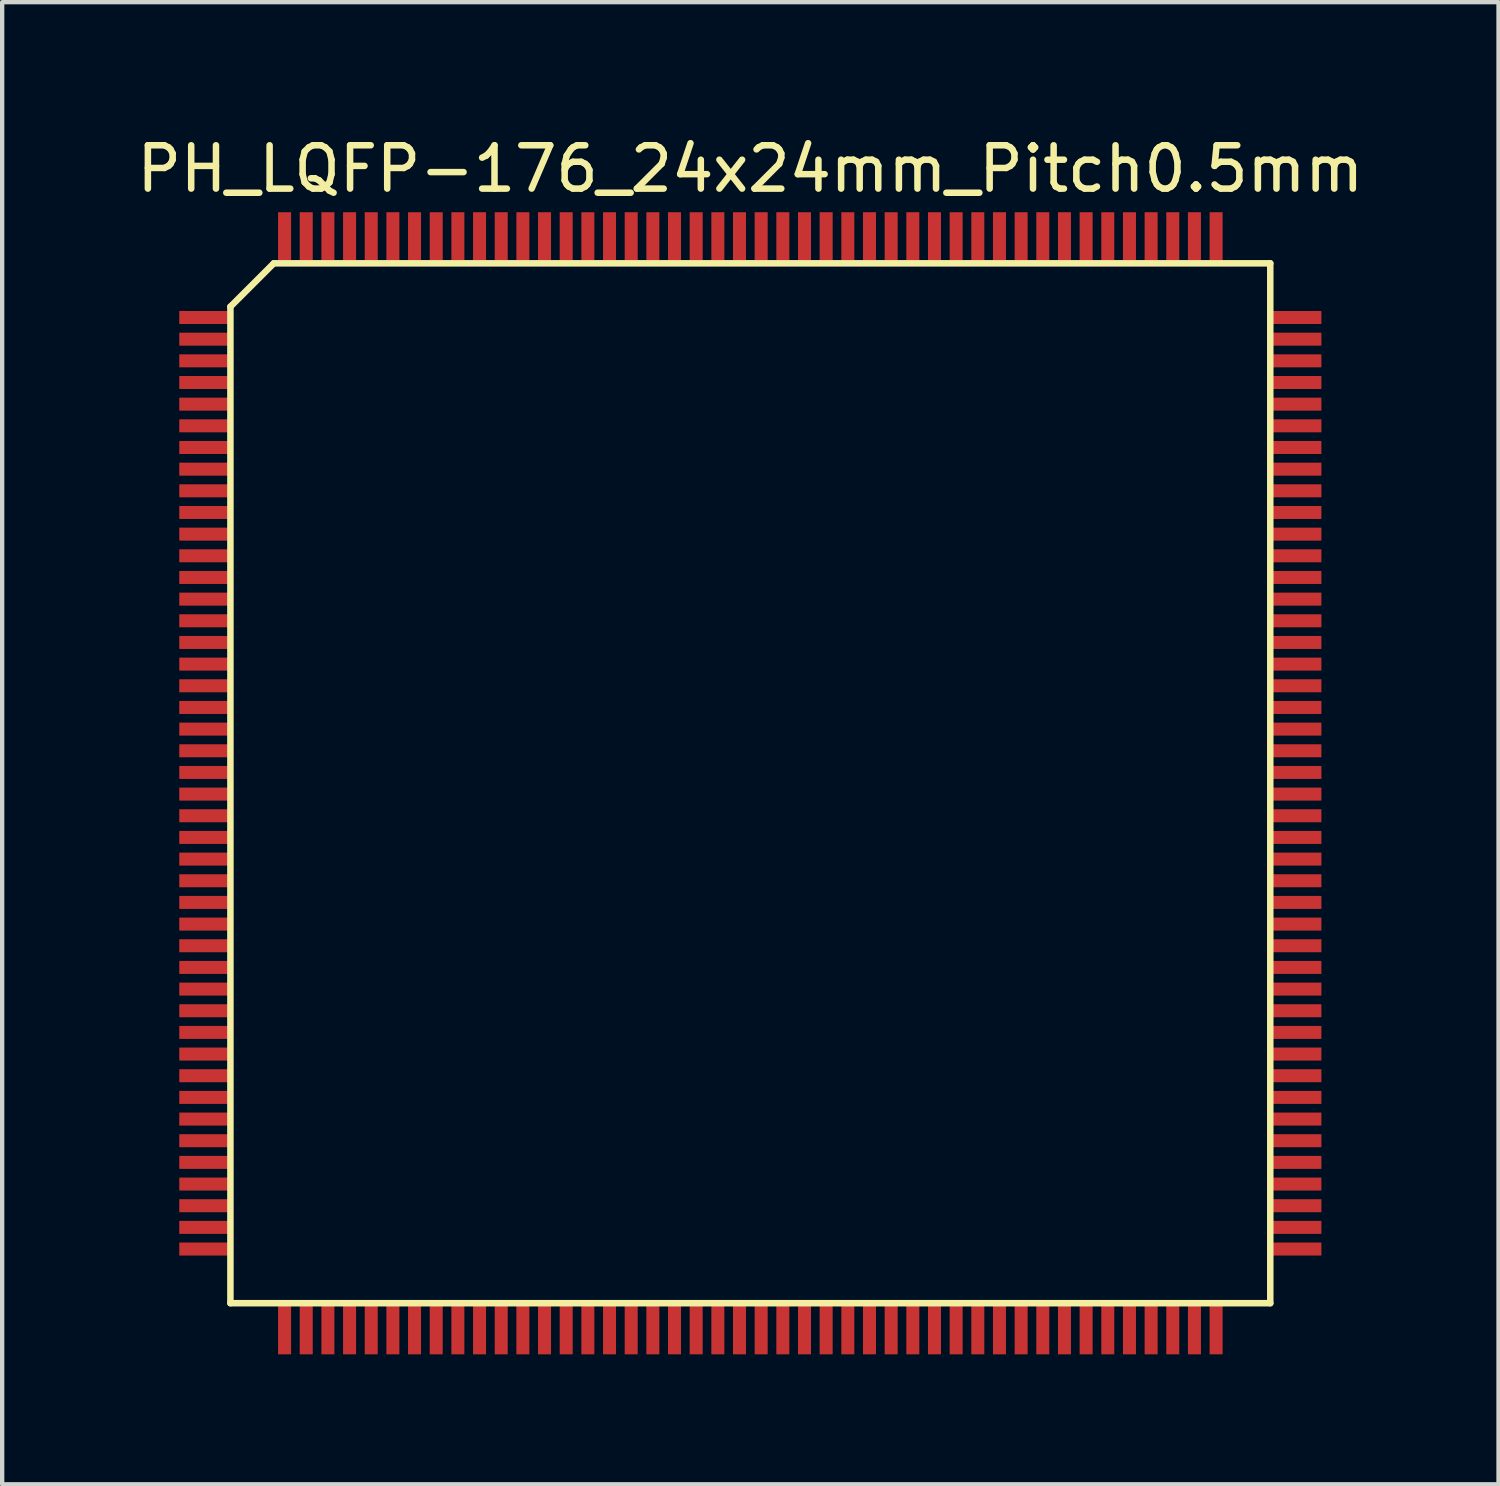
<source format=kicad_pcb>
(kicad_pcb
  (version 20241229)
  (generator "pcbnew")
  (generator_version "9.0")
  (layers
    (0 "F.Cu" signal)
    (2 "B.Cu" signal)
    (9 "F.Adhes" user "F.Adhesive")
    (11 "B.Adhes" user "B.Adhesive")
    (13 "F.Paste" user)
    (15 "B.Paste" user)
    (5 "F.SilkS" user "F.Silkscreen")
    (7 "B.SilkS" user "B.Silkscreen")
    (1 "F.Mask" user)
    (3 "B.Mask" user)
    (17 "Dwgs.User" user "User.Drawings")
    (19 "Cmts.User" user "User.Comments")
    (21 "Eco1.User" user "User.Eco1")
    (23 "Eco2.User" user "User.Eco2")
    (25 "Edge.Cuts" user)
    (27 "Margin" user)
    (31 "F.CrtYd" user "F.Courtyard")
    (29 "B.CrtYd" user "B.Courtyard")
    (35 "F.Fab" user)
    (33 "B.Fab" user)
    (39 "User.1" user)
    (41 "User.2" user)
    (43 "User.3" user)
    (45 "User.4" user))
  (footprint "PH_LQFP-176_24x24mm_Pitch0.5mm"
    (layer "F.Cu")
    (at 14.268 15.028)
    (property "Reference" "PH_LQFP-176_24x24mm_Pitch0.5mm" (at 0 -14.18 0) (layer "F.SilkS") (effects (font (size 1 1) (thickness 0.15))))
    (attr smd)
    (fp_line (start -12 -11) (end -11 -12) (stroke (width 0.15) (type solid)) (layer "F.SilkS"))
    (fp_line (start -12 12) (end -12 -11) (stroke (width 0.15) (type solid)) (layer "F.SilkS"))
    (fp_line (start -11 -12) (end 12 -12) (stroke (width 0.15) (type solid)) (layer "F.SilkS"))
    (fp_line (start 12 -12) (end 12 12) (stroke (width 0.15) (type solid)) (layer "F.SilkS"))
    (fp_line (start 12 12) (end -12 12) (stroke (width 0.15) (type solid)) (layer "F.SilkS"))
    (pad "1" smd rect (at -12.62 -10.75) (size 1.12 0.3) (layers "F.Cu" "F.Mask" "F.Paste"))
    (pad "2" smd rect (at -12.62 -10.25) (size 1.12 0.3) (layers "F.Cu" "F.Mask" "F.Paste"))
    (pad "3" smd rect (at -12.62 -9.75) (size 1.12 0.3) (layers "F.Cu" "F.Mask" "F.Paste"))
    (pad "4" smd rect (at -12.62 -9.25) (size 1.12 0.3) (layers "F.Cu" "F.Mask" "F.Paste"))
    (pad "5" smd rect (at -12.62 -8.75) (size 1.12 0.3) (layers "F.Cu" "F.Mask" "F.Paste"))
    (pad "6" smd rect (at -12.62 -8.25) (size 1.12 0.3) (layers "F.Cu" "F.Mask" "F.Paste"))
    (pad "7" smd rect (at -12.62 -7.75) (size 1.12 0.3) (layers "F.Cu" "F.Mask" "F.Paste"))
    (pad "8" smd rect (at -12.62 -7.25) (size 1.12 0.3) (layers "F.Cu" "F.Mask" "F.Paste"))
    (pad "9" smd rect (at -12.62 -6.75) (size 1.12 0.3) (layers "F.Cu" "F.Mask" "F.Paste"))
    (pad "10" smd rect (at -12.62 -6.25) (size 1.12 0.3) (layers "F.Cu" "F.Mask" "F.Paste"))
    (pad "11" smd rect (at -12.62 -5.75) (size 1.12 0.3) (layers "F.Cu" "F.Mask" "F.Paste"))
    (pad "12" smd rect (at -12.62 -5.25) (size 1.12 0.3) (layers "F.Cu" "F.Mask" "F.Paste"))
    (pad "13" smd rect (at -12.62 -4.75) (size 1.12 0.3) (layers "F.Cu" "F.Mask" "F.Paste"))
    (pad "14" smd rect (at -12.62 -4.25) (size 1.12 0.3) (layers "F.Cu" "F.Mask" "F.Paste"))
    (pad "15" smd rect (at -12.62 -3.75) (size 1.12 0.3) (layers "F.Cu" "F.Mask" "F.Paste"))
    (pad "16" smd rect (at -12.62 -3.25) (size 1.12 0.3) (layers "F.Cu" "F.Mask" "F.Paste"))
    (pad "17" smd rect (at -12.62 -2.75) (size 1.12 0.3) (layers "F.Cu" "F.Mask" "F.Paste"))
    (pad "18" smd rect (at -12.62 -2.25) (size 1.12 0.3) (layers "F.Cu" "F.Mask" "F.Paste"))
    (pad "19" smd rect (at -12.62 -1.75) (size 1.12 0.3) (layers "F.Cu" "F.Mask" "F.Paste"))
    (pad "20" smd rect (at -12.62 -1.25) (size 1.12 0.3) (layers "F.Cu" "F.Mask" "F.Paste"))
    (pad "21" smd rect (at -12.62 -0.75) (size 1.12 0.3) (layers "F.Cu" "F.Mask" "F.Paste"))
    (pad "22" smd rect (at -12.62 -0.25) (size 1.12 0.3) (layers "F.Cu" "F.Mask" "F.Paste"))
    (pad "23" smd rect (at -12.62 0.25) (size 1.12 0.3) (layers "F.Cu" "F.Mask" "F.Paste"))
    (pad "24" smd rect (at -12.62 0.75) (size 1.12 0.3) (layers "F.Cu" "F.Mask" "F.Paste"))
    (pad "25" smd rect (at -12.62 1.25) (size 1.12 0.3) (layers "F.Cu" "F.Mask" "F.Paste"))
    (pad "26" smd rect (at -12.62 1.75) (size 1.12 0.3) (layers "F.Cu" "F.Mask" "F.Paste"))
    (pad "27" smd rect (at -12.62 2.25) (size 1.12 0.3) (layers "F.Cu" "F.Mask" "F.Paste"))
    (pad "28" smd rect (at -12.62 2.75) (size 1.12 0.3) (layers "F.Cu" "F.Mask" "F.Paste"))
    (pad "29" smd rect (at -12.62 3.25) (size 1.12 0.3) (layers "F.Cu" "F.Mask" "F.Paste"))
    (pad "30" smd rect (at -12.62 3.75) (size 1.12 0.3) (layers "F.Cu" "F.Mask" "F.Paste"))
    (pad "31" smd rect (at -12.62 4.25) (size 1.12 0.3) (layers "F.Cu" "F.Mask" "F.Paste"))
    (pad "32" smd rect (at -12.62 4.75) (size 1.12 0.3) (layers "F.Cu" "F.Mask" "F.Paste"))
    (pad "33" smd rect (at -12.62 5.25) (size 1.12 0.3) (layers "F.Cu" "F.Mask" "F.Paste"))
    (pad "34" smd rect (at -12.62 5.75) (size 1.12 0.3) (layers "F.Cu" "F.Mask" "F.Paste"))
    (pad "35" smd rect (at -12.62 6.25) (size 1.12 0.3) (layers "F.Cu" "F.Mask" "F.Paste"))
    (pad "36" smd rect (at -12.62 6.75) (size 1.12 0.3) (layers "F.Cu" "F.Mask" "F.Paste"))
    (pad "37" smd rect (at -12.62 7.25) (size 1.12 0.3) (layers "F.Cu" "F.Mask" "F.Paste"))
    (pad "38" smd rect (at -12.62 7.75) (size 1.12 0.3) (layers "F.Cu" "F.Mask" "F.Paste"))
    (pad "39" smd rect (at -12.62 8.25) (size 1.12 0.3) (layers "F.Cu" "F.Mask" "F.Paste"))
    (pad "40" smd rect (at -12.62 8.75) (size 1.12 0.3) (layers "F.Cu" "F.Mask" "F.Paste"))
    (pad "41" smd rect (at -12.62 9.25) (size 1.12 0.3) (layers "F.Cu" "F.Mask" "F.Paste"))
    (pad "42" smd rect (at -12.62 9.75) (size 1.12 0.3) (layers "F.Cu" "F.Mask" "F.Paste"))
    (pad "43" smd rect (at -12.62 10.25) (size 1.12 0.3) (layers "F.Cu" "F.Mask" "F.Paste"))
    (pad "44" smd rect (at -12.62 10.75) (size 1.12 0.3) (layers "F.Cu" "F.Mask" "F.Paste"))
    (pad "45" smd rect (at -10.75 12.62 90) (size 1.12 0.3) (layers "F.Cu" "F.Mask" "F.Paste"))
    (pad "46" smd rect (at -10.25 12.62 90) (size 1.12 0.3) (layers "F.Cu" "F.Mask" "F.Paste"))
    (pad "47" smd rect (at -9.75 12.62 90) (size 1.12 0.3) (layers "F.Cu" "F.Mask" "F.Paste"))
    (pad "48" smd rect (at -9.25 12.62 90) (size 1.12 0.3) (layers "F.Cu" "F.Mask" "F.Paste"))
    (pad "49" smd rect (at -8.75 12.62 90) (size 1.12 0.3) (layers "F.Cu" "F.Mask" "F.Paste"))
    (pad "50" smd rect (at -8.25 12.62 90) (size 1.12 0.3) (layers "F.Cu" "F.Mask" "F.Paste"))
    (pad "51" smd rect (at -7.75 12.62 90) (size 1.12 0.3) (layers "F.Cu" "F.Mask" "F.Paste"))
    (pad "52" smd rect (at -7.25 12.62 90) (size 1.12 0.3) (layers "F.Cu" "F.Mask" "F.Paste"))
    (pad "53" smd rect (at -6.75 12.62 90) (size 1.12 0.3) (layers "F.Cu" "F.Mask" "F.Paste"))
    (pad "54" smd rect (at -6.25 12.62 90) (size 1.12 0.3) (layers "F.Cu" "F.Mask" "F.Paste"))
    (pad "55" smd rect (at -5.75 12.62 90) (size 1.12 0.3) (layers "F.Cu" "F.Mask" "F.Paste"))
    (pad "56" smd rect (at -5.25 12.62 90) (size 1.12 0.3) (layers "F.Cu" "F.Mask" "F.Paste"))
    (pad "57" smd rect (at -4.75 12.62 90) (size 1.12 0.3) (layers "F.Cu" "F.Mask" "F.Paste"))
    (pad "58" smd rect (at -4.25 12.62 90) (size 1.12 0.3) (layers "F.Cu" "F.Mask" "F.Paste"))
    (pad "59" smd rect (at -3.75 12.62 90) (size 1.12 0.3) (layers "F.Cu" "F.Mask" "F.Paste"))
    (pad "60" smd rect (at -3.25 12.62 90) (size 1.12 0.3) (layers "F.Cu" "F.Mask" "F.Paste"))
    (pad "61" smd rect (at -2.75 12.62 90) (size 1.12 0.3) (layers "F.Cu" "F.Mask" "F.Paste"))
    (pad "62" smd rect (at -2.25 12.62 90) (size 1.12 0.3) (layers "F.Cu" "F.Mask" "F.Paste"))
    (pad "63" smd rect (at -1.75 12.62 90) (size 1.12 0.3) (layers "F.Cu" "F.Mask" "F.Paste"))
    (pad "64" smd rect (at -1.25 12.62 90) (size 1.12 0.3) (layers "F.Cu" "F.Mask" "F.Paste"))
    (pad "65" smd rect (at -0.75 12.62 90) (size 1.12 0.3) (layers "F.Cu" "F.Mask" "F.Paste"))
    (pad "66" smd rect (at -0.25 12.62 90) (size 1.12 0.3) (layers "F.Cu" "F.Mask" "F.Paste"))
    (pad "67" smd rect (at 0.25 12.62 90) (size 1.12 0.3) (layers "F.Cu" "F.Mask" "F.Paste"))
    (pad "68" smd rect (at 0.75 12.62 90) (size 1.12 0.3) (layers "F.Cu" "F.Mask" "F.Paste"))
    (pad "69" smd rect (at 1.25 12.62 90) (size 1.12 0.3) (layers "F.Cu" "F.Mask" "F.Paste"))
    (pad "70" smd rect (at 1.75 12.62 90) (size 1.12 0.3) (layers "F.Cu" "F.Mask" "F.Paste"))
    (pad "71" smd rect (at 2.25 12.62 90) (size 1.12 0.3) (layers "F.Cu" "F.Mask" "F.Paste"))
    (pad "72" smd rect (at 2.75 12.62 90) (size 1.12 0.3) (layers "F.Cu" "F.Mask" "F.Paste"))
    (pad "73" smd rect (at 3.25 12.62 90) (size 1.12 0.3) (layers "F.Cu" "F.Mask" "F.Paste"))
    (pad "74" smd rect (at 3.75 12.62 90) (size 1.12 0.3) (layers "F.Cu" "F.Mask" "F.Paste"))
    (pad "75" smd rect (at 4.25 12.62 90) (size 1.12 0.3) (layers "F.Cu" "F.Mask" "F.Paste"))
    (pad "76" smd rect (at 4.75 12.62 90) (size 1.12 0.3) (layers "F.Cu" "F.Mask" "F.Paste"))
    (pad "77" smd rect (at 5.25 12.62 90) (size 1.12 0.3) (layers "F.Cu" "F.Mask" "F.Paste"))
    (pad "78" smd rect (at 5.75 12.62 90) (size 1.12 0.3) (layers "F.Cu" "F.Mask" "F.Paste"))
    (pad "79" smd rect (at 6.25 12.62 90) (size 1.12 0.3) (layers "F.Cu" "F.Mask" "F.Paste"))
    (pad "80" smd rect (at 6.75 12.62 90) (size 1.12 0.3) (layers "F.Cu" "F.Mask" "F.Paste"))
    (pad "81" smd rect (at 7.25 12.62 90) (size 1.12 0.3) (layers "F.Cu" "F.Mask" "F.Paste"))
    (pad "82" smd rect (at 7.75 12.62 90) (size 1.12 0.3) (layers "F.Cu" "F.Mask" "F.Paste"))
    (pad "83" smd rect (at 8.25 12.62 90) (size 1.12 0.3) (layers "F.Cu" "F.Mask" "F.Paste"))
    (pad "84" smd rect (at 8.75 12.62 90) (size 1.12 0.3) (layers "F.Cu" "F.Mask" "F.Paste"))
    (pad "85" smd rect (at 9.25 12.62 90) (size 1.12 0.3) (layers "F.Cu" "F.Mask" "F.Paste"))
    (pad "86" smd rect (at 9.75 12.62 90) (size 1.12 0.3) (layers "F.Cu" "F.Mask" "F.Paste"))
    (pad "87" smd rect (at 10.25 12.62 90) (size 1.12 0.3) (layers "F.Cu" "F.Mask" "F.Paste"))
    (pad "88" smd rect (at 10.75 12.62 90) (size 1.12 0.3) (layers "F.Cu" "F.Mask" "F.Paste"))
    (pad "89" smd rect (at 12.62 10.75) (size 1.12 0.3) (layers "F.Cu" "F.Mask" "F.Paste"))
    (pad "90" smd rect (at 12.62 10.25) (size 1.12 0.3) (layers "F.Cu" "F.Mask" "F.Paste"))
    (pad "91" smd rect (at 12.62 9.75) (size 1.12 0.3) (layers "F.Cu" "F.Mask" "F.Paste"))
    (pad "92" smd rect (at 12.62 9.25) (size 1.12 0.3) (layers "F.Cu" "F.Mask" "F.Paste"))
    (pad "93" smd rect (at 12.62 8.75) (size 1.12 0.3) (layers "F.Cu" "F.Mask" "F.Paste"))
    (pad "94" smd rect (at 12.62 8.25) (size 1.12 0.3) (layers "F.Cu" "F.Mask" "F.Paste"))
    (pad "95" smd rect (at 12.62 7.75) (size 1.12 0.3) (layers "F.Cu" "F.Mask" "F.Paste"))
    (pad "96" smd rect (at 12.62 7.25) (size 1.12 0.3) (layers "F.Cu" "F.Mask" "F.Paste"))
    (pad "97" smd rect (at 12.62 6.75) (size 1.12 0.3) (layers "F.Cu" "F.Mask" "F.Paste"))
    (pad "98" smd rect (at 12.62 6.25) (size 1.12 0.3) (layers "F.Cu" "F.Mask" "F.Paste"))
    (pad "99" smd rect (at 12.62 5.75) (size 1.12 0.3) (layers "F.Cu" "F.Mask" "F.Paste"))
    (pad "100" smd rect (at 12.62 5.25) (size 1.12 0.3) (layers "F.Cu" "F.Mask" "F.Paste"))
    (pad "101" smd rect (at 12.62 4.75) (size 1.12 0.3) (layers "F.Cu" "F.Mask" "F.Paste"))
    (pad "102" smd rect (at 12.62 4.25) (size 1.12 0.3) (layers "F.Cu" "F.Mask" "F.Paste"))
    (pad "103" smd rect (at 12.62 3.75) (size 1.12 0.3) (layers "F.Cu" "F.Mask" "F.Paste"))
    (pad "104" smd rect (at 12.62 3.25) (size 1.12 0.3) (layers "F.Cu" "F.Mask" "F.Paste"))
    (pad "105" smd rect (at 12.62 2.75) (size 1.12 0.3) (layers "F.Cu" "F.Mask" "F.Paste"))
    (pad "106" smd rect (at 12.62 2.25) (size 1.12 0.3) (layers "F.Cu" "F.Mask" "F.Paste"))
    (pad "107" smd rect (at 12.62 1.75) (size 1.12 0.3) (layers "F.Cu" "F.Mask" "F.Paste"))
    (pad "108" smd rect (at 12.62 1.25) (size 1.12 0.3) (layers "F.Cu" "F.Mask" "F.Paste"))
    (pad "109" smd rect (at 12.62 0.75) (size 1.12 0.3) (layers "F.Cu" "F.Mask" "F.Paste"))
    (pad "110" smd rect (at 12.62 0.25) (size 1.12 0.3) (layers "F.Cu" "F.Mask" "F.Paste"))
    (pad "111" smd rect (at 12.62 -0.25) (size 1.12 0.3) (layers "F.Cu" "F.Mask" "F.Paste"))
    (pad "112" smd rect (at 12.62 -0.75) (size 1.12 0.3) (layers "F.Cu" "F.Mask" "F.Paste"))
    (pad "113" smd rect (at 12.62 -1.25) (size 1.12 0.3) (layers "F.Cu" "F.Mask" "F.Paste"))
    (pad "114" smd rect (at 12.62 -1.75) (size 1.12 0.3) (layers "F.Cu" "F.Mask" "F.Paste"))
    (pad "115" smd rect (at 12.62 -2.25) (size 1.12 0.3) (layers "F.Cu" "F.Mask" "F.Paste"))
    (pad "116" smd rect (at 12.62 -2.75) (size 1.12 0.3) (layers "F.Cu" "F.Mask" "F.Paste"))
    (pad "117" smd rect (at 12.62 -3.25) (size 1.12 0.3) (layers "F.Cu" "F.Mask" "F.Paste"))
    (pad "118" smd rect (at 12.62 -3.75) (size 1.12 0.3) (layers "F.Cu" "F.Mask" "F.Paste"))
    (pad "119" smd rect (at 12.62 -4.25) (size 1.12 0.3) (layers "F.Cu" "F.Mask" "F.Paste"))
    (pad "120" smd rect (at 12.62 -4.75) (size 1.12 0.3) (layers "F.Cu" "F.Mask" "F.Paste"))
    (pad "121" smd rect (at 12.62 -5.25) (size 1.12 0.3) (layers "F.Cu" "F.Mask" "F.Paste"))
    (pad "122" smd rect (at 12.62 -5.75) (size 1.12 0.3) (layers "F.Cu" "F.Mask" "F.Paste"))
    (pad "123" smd rect (at 12.62 -6.25) (size 1.12 0.3) (layers "F.Cu" "F.Mask" "F.Paste"))
    (pad "124" smd rect (at 12.62 -6.75) (size 1.12 0.3) (layers "F.Cu" "F.Mask" "F.Paste"))
    (pad "125" smd rect (at 12.62 -7.25) (size 1.12 0.3) (layers "F.Cu" "F.Mask" "F.Paste"))
    (pad "126" smd rect (at 12.62 -7.75) (size 1.12 0.3) (layers "F.Cu" "F.Mask" "F.Paste"))
    (pad "127" smd rect (at 12.62 -8.25) (size 1.12 0.3) (layers "F.Cu" "F.Mask" "F.Paste"))
    (pad "128" smd rect (at 12.62 -8.75) (size 1.12 0.3) (layers "F.Cu" "F.Mask" "F.Paste"))
    (pad "129" smd rect (at 12.62 -9.25) (size 1.12 0.3) (layers "F.Cu" "F.Mask" "F.Paste"))
    (pad "130" smd rect (at 12.62 -9.75) (size 1.12 0.3) (layers "F.Cu" "F.Mask" "F.Paste"))
    (pad "131" smd rect (at 12.62 -10.25) (size 1.12 0.3) (layers "F.Cu" "F.Mask" "F.Paste"))
    (pad "132" smd rect (at 12.62 -10.75) (size 1.12 0.3) (layers "F.Cu" "F.Mask" "F.Paste"))
    (pad "133" smd rect (at 10.75 -12.62 90) (size 1.12 0.3) (layers "F.Cu" "F.Mask" "F.Paste"))
    (pad "134" smd rect (at 10.25 -12.62 90) (size 1.12 0.3) (layers "F.Cu" "F.Mask" "F.Paste"))
    (pad "135" smd rect (at 9.75 -12.62 90) (size 1.12 0.3) (layers "F.Cu" "F.Mask" "F.Paste"))
    (pad "136" smd rect (at 9.25 -12.62 90) (size 1.12 0.3) (layers "F.Cu" "F.Mask" "F.Paste"))
    (pad "137" smd rect (at 8.75 -12.62 90) (size 1.12 0.3) (layers "F.Cu" "F.Mask" "F.Paste"))
    (pad "138" smd rect (at 8.25 -12.62 90) (size 1.12 0.3) (layers "F.Cu" "F.Mask" "F.Paste"))
    (pad "139" smd rect (at 7.75 -12.62 90) (size 1.12 0.3) (layers "F.Cu" "F.Mask" "F.Paste"))
    (pad "140" smd rect (at 7.25 -12.62 90) (size 1.12 0.3) (layers "F.Cu" "F.Mask" "F.Paste"))
    (pad "141" smd rect (at 6.75 -12.62 90) (size 1.12 0.3) (layers "F.Cu" "F.Mask" "F.Paste"))
    (pad "142" smd rect (at 6.25 -12.62 90) (size 1.12 0.3) (layers "F.Cu" "F.Mask" "F.Paste"))
    (pad "143" smd rect (at 5.75 -12.62 90) (size 1.12 0.3) (layers "F.Cu" "F.Mask" "F.Paste"))
    (pad "144" smd rect (at 5.25 -12.62 90) (size 1.12 0.3) (layers "F.Cu" "F.Mask" "F.Paste"))
    (pad "145" smd rect (at 4.75 -12.62 90) (size 1.12 0.3) (layers "F.Cu" "F.Mask" "F.Paste"))
    (pad "146" smd rect (at 4.25 -12.62 90) (size 1.12 0.3) (layers "F.Cu" "F.Mask" "F.Paste"))
    (pad "147" smd rect (at 3.75 -12.62 90) (size 1.12 0.3) (layers "F.Cu" "F.Mask" "F.Paste"))
    (pad "148" smd rect (at 3.25 -12.62 90) (size 1.12 0.3) (layers "F.Cu" "F.Mask" "F.Paste"))
    (pad "149" smd rect (at 2.75 -12.62 90) (size 1.12 0.3) (layers "F.Cu" "F.Mask" "F.Paste"))
    (pad "150" smd rect (at 2.25 -12.62 90) (size 1.12 0.3) (layers "F.Cu" "F.Mask" "F.Paste"))
    (pad "151" smd rect (at 1.75 -12.62 90) (size 1.12 0.3) (layers "F.Cu" "F.Mask" "F.Paste"))
    (pad "152" smd rect (at 1.25 -12.62 90) (size 1.12 0.3) (layers "F.Cu" "F.Mask" "F.Paste"))
    (pad "153" smd rect (at 0.75 -12.62 90) (size 1.12 0.3) (layers "F.Cu" "F.Mask" "F.Paste"))
    (pad "154" smd rect (at 0.25 -12.62 90) (size 1.12 0.3) (layers "F.Cu" "F.Mask" "F.Paste"))
    (pad "155" smd rect (at -0.25 -12.62 90) (size 1.12 0.3) (layers "F.Cu" "F.Mask" "F.Paste"))
    (pad "156" smd rect (at -0.75 -12.62 90) (size 1.12 0.3) (layers "F.Cu" "F.Mask" "F.Paste"))
    (pad "157" smd rect (at -1.25 -12.62 90) (size 1.12 0.3) (layers "F.Cu" "F.Mask" "F.Paste"))
    (pad "158" smd rect (at -1.75 -12.62 90) (size 1.12 0.3) (layers "F.Cu" "F.Mask" "F.Paste"))
    (pad "159" smd rect (at -2.25 -12.62 90) (size 1.12 0.3) (layers "F.Cu" "F.Mask" "F.Paste"))
    (pad "160" smd rect (at -2.75 -12.62 90) (size 1.12 0.3) (layers "F.Cu" "F.Mask" "F.Paste"))
    (pad "161" smd rect (at -3.25 -12.62 90) (size 1.12 0.3) (layers "F.Cu" "F.Mask" "F.Paste"))
    (pad "162" smd rect (at -3.75 -12.62 90) (size 1.12 0.3) (layers "F.Cu" "F.Mask" "F.Paste"))
    (pad "163" smd rect (at -4.25 -12.62 90) (size 1.12 0.3) (layers "F.Cu" "F.Mask" "F.Paste"))
    (pad "164" smd rect (at -4.75 -12.62 90) (size 1.12 0.3) (layers "F.Cu" "F.Mask" "F.Paste"))
    (pad "165" smd rect (at -5.25 -12.62 90) (size 1.12 0.3) (layers "F.Cu" "F.Mask" "F.Paste"))
    (pad "166" smd rect (at -5.75 -12.62 90) (size 1.12 0.3) (layers "F.Cu" "F.Mask" "F.Paste"))
    (pad "167" smd rect (at -6.25 -12.62 90) (size 1.12 0.3) (layers "F.Cu" "F.Mask" "F.Paste"))
    (pad "168" smd rect (at -6.75 -12.62 90) (size 1.12 0.3) (layers "F.Cu" "F.Mask" "F.Paste"))
    (pad "169" smd rect (at -7.25 -12.62 90) (size 1.12 0.3) (layers "F.Cu" "F.Mask" "F.Paste"))
    (pad "170" smd rect (at -7.75 -12.62 90) (size 1.12 0.3) (layers "F.Cu" "F.Mask" "F.Paste"))
    (pad "171" smd rect (at -8.25 -12.62 90) (size 1.12 0.3) (layers "F.Cu" "F.Mask" "F.Paste"))
    (pad "172" smd rect (at -8.75 -12.62 90) (size 1.12 0.3) (layers "F.Cu" "F.Mask" "F.Paste"))
    (pad "173" smd rect (at -9.25 -12.62 90) (size 1.12 0.3) (layers "F.Cu" "F.Mask" "F.Paste"))
    (pad "174" smd rect (at -9.75 -12.62 90) (size 1.12 0.3) (layers "F.Cu" "F.Mask" "F.Paste"))
    (pad "175" smd rect (at -10.25 -12.62 90) (size 1.12 0.3) (layers "F.Cu" "F.Mask" "F.Paste"))
    (pad "176" smd rect (at -10.75 -12.62 90) (size 1.12 0.3) (layers "F.Cu" "F.Mask" "F.Paste")))
  (gr_rect
    (start -3 -3)
    (end 31.536 31.208)
    (stroke (width 0.1) (type default))
    (fill no)
    (layer "Edge.Cuts")))
</source>
